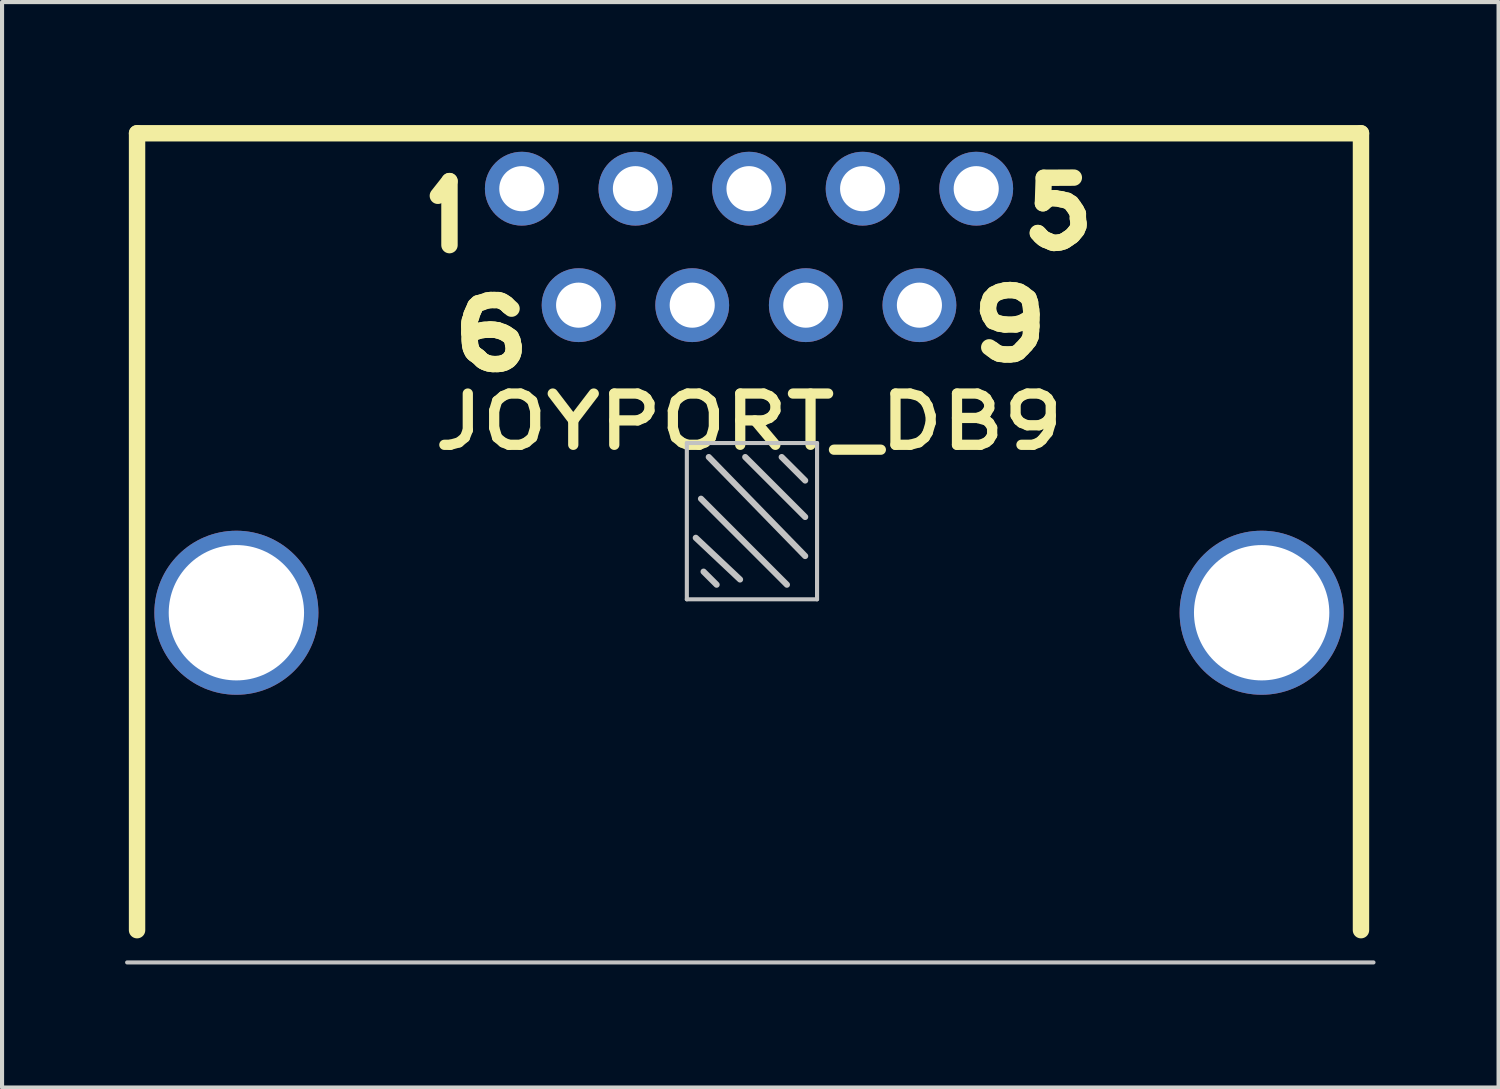
<source format=kicad_pcb>
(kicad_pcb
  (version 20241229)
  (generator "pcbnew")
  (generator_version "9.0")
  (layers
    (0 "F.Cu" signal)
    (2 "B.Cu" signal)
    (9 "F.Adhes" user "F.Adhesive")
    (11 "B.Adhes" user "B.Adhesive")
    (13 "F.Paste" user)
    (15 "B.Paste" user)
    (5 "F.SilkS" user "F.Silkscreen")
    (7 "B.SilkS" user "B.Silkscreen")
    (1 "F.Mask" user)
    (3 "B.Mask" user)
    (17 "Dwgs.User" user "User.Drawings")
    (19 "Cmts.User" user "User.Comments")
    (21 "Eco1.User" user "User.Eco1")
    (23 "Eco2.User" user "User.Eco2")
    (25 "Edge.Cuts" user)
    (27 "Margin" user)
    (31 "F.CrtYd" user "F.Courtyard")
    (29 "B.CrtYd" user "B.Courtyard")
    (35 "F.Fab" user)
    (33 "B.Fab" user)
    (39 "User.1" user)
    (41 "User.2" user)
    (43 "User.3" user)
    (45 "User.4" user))
  (footprint "JOYPORT_DB9"
    (layer "F.Cu")
    (at 15.214 4.391)
    (property "Reference" "JOYPORT_DB9" (at 0 2.84 0) (layer "F.SilkS") (effects (font (size 1.25 1.5) (thickness 0.25) (bold yes))))
    (attr through_hole)
    (fp_line (start -14.922 -4.191) (end -14.922 15.24) (stroke (width 0.4) (type solid)) (layer "F.SilkS"))
    (fp_line (start -7.587 -2.667) (end -7.304 -3.025) (stroke (width 0.4) (type solid)) (layer "F.SilkS"))
    (fp_line (start -7.304 -3.025) (end -7.304 -1.464) (stroke (width 0.4) (type solid)) (layer "F.SilkS"))
    (fp_line (start -6.819 0.5) (end -6.817 0.55) (stroke (width 0.4) (type solid)) (layer "F.SilkS"))
    (fp_line (start -6.819 0.681) (end -6.811 0.837) (stroke (width 0.4) (type solid)) (layer "F.SilkS"))
    (fp_line (start -6.817 0.431) (end -6.819 0.5) (stroke (width 0.4) (type solid)) (layer "F.SilkS"))
    (fp_line (start -6.817 0.55) (end -6.817 0.643) (stroke (width 0.4) (type solid)) (layer "F.SilkS"))
    (fp_line (start -6.817 0.643) (end -6.819 0.681) (stroke (width 0.4) (type solid)) (layer "F.SilkS"))
    (fp_line (start -6.811 0.837) (end -6.806 0.909) (stroke (width 0.4) (type solid)) (layer "F.SilkS"))
    (fp_line (start -6.806 0.367) (end -6.817 0.431) (stroke (width 0.4) (type solid)) (layer "F.SilkS"))
    (fp_line (start -6.806 0.909) (end -6.799 0.976) (stroke (width 0.4) (type solid)) (layer "F.SilkS"))
    (fp_line (start -6.799 0.976) (end -6.784 1.045) (stroke (width 0.4) (type solid)) (layer "F.SilkS"))
    (fp_line (start -6.784 1.045) (end -6.766 1.087) (stroke (width 0.4) (type solid)) (layer "F.SilkS"))
    (fp_line (start -6.775 0.282) (end -6.806 0.367) (stroke (width 0.4) (type solid)) (layer "F.SilkS"))
    (fp_line (start -6.766 0.23) (end -6.775 0.282) (stroke (width 0.4) (type solid)) (layer "F.SilkS"))
    (fp_line (start -6.766 1.087) (end -6.741 1.141) (stroke (width 0.4) (type solid)) (layer "F.SilkS"))
    (fp_line (start -6.741 1.141) (end -6.708 1.179) (stroke (width 0.4) (type solid)) (layer "F.SilkS"))
    (fp_line (start -6.732 0.154) (end -6.766 0.23) (stroke (width 0.4) (type solid)) (layer "F.SilkS"))
    (fp_line (start -6.708 1.179) (end -6.67 1.208) (stroke (width 0.4) (type solid)) (layer "F.SilkS"))
    (fp_line (start -6.701 0.087) (end -6.732 0.154) (stroke (width 0.4) (type solid)) (layer "F.SilkS"))
    (fp_line (start -6.672 0.016) (end -6.701 0.087) (stroke (width 0.4) (type solid)) (layer "F.SilkS"))
    (fp_line (start -6.67 1.208) (end -6.616 1.246) (stroke (width 0.4) (type solid)) (layer "F.SilkS"))
    (fp_line (start -6.616 1.246) (end -6.578 1.277) (stroke (width 0.4) (type solid)) (layer "F.SilkS"))
    (fp_line (start -6.607 -0.046) (end -6.672 0.016) (stroke (width 0.4) (type solid)) (layer "F.SilkS"))
    (fp_line (start -6.598 0.628) (end -6.686 0.665) (stroke (width 0.4) (type solid)) (layer "F.SilkS"))
    (fp_line (start -6.578 1.277) (end -6.531 1.326) (stroke (width 0.4) (type solid)) (layer "F.SilkS"))
    (fp_line (start -6.531 1.326) (end -6.496 1.357) (stroke (width 0.4) (type solid)) (layer "F.SilkS"))
    (fp_line (start -6.52 -0.067) (end -6.607 -0.046) (stroke (width 0.4) (type solid)) (layer "F.SilkS"))
    (fp_line (start -6.496 1.357) (end -6.456 1.38) (stroke (width 0.4) (type solid)) (layer "F.SilkS"))
    (fp_line (start -6.491 0.607) (end -6.598 0.628) (stroke (width 0.4) (type solid)) (layer "F.SilkS"))
    (fp_line (start -6.456 1.38) (end -6.411 1.4) (stroke (width 0.4) (type solid)) (layer "F.SilkS"))
    (fp_line (start -6.433 0.601) (end -6.491 0.607) (stroke (width 0.4) (type solid)) (layer "F.SilkS"))
    (fp_line (start -6.411 1.4) (end -6.339 1.424) (stroke (width 0.4) (type solid)) (layer "F.SilkS"))
    (fp_line (start -6.384 -0.114) (end -6.52 -0.067) (stroke (width 0.4) (type solid)) (layer "F.SilkS"))
    (fp_line (start -6.339 1.424) (end -6.244 1.436) (stroke (width 0.4) (type solid)) (layer "F.SilkS"))
    (fp_line (start -6.333 0.596) (end -6.433 0.601) (stroke (width 0.4) (type solid)) (layer "F.SilkS"))
    (fp_line (start -6.3 0.594) (end -6.333 0.596) (stroke (width 0.4) (type solid)) (layer "F.SilkS"))
    (fp_line (start -6.299 -0.125) (end -6.384 -0.114) (stroke (width 0.4) (type solid)) (layer "F.SilkS"))
    (fp_line (start -6.244 1.436) (end -6.136 1.436) (stroke (width 0.4) (type solid)) (layer "F.SilkS"))
    (fp_line (start -6.214 0.599) (end -6.3 0.594) (stroke (width 0.4) (type solid)) (layer "F.SilkS"))
    (fp_line (start -6.206 -0.125) (end -6.299 -0.125) (stroke (width 0.4) (type solid)) (layer "F.SilkS"))
    (fp_line (start -6.141 0.61) (end -6.214 0.599) (stroke (width 0.4) (type solid)) (layer "F.SilkS"))
    (fp_line (start -6.136 1.436) (end -6.043 1.426) (stroke (width 0.4) (type solid)) (layer "F.SilkS"))
    (fp_line (start -6.116 0.616) (end -6.141 0.61) (stroke (width 0.4) (type solid)) (layer "F.SilkS"))
    (fp_line (start -6.11 -0.123) (end -6.206 -0.125) (stroke (width 0.4) (type solid)) (layer "F.SilkS"))
    (fp_line (start -6.043 1.426) (end -5.973 1.406) (stroke (width 0.4) (type solid)) (layer "F.SilkS"))
    (fp_line (start -6.041 -0.105) (end -6.11 -0.123) (stroke (width 0.4) (type solid)) (layer "F.SilkS"))
    (fp_line (start -6.005 0.654) (end -6.116 0.616) (stroke (width 0.4) (type solid)) (layer "F.SilkS"))
    (fp_line (start -5.985 -0.075) (end -6.041 -0.105) (stroke (width 0.4) (type solid)) (layer "F.SilkS"))
    (fp_line (start -5.973 1.406) (end -5.916 1.377) (stroke (width 0.4) (type solid)) (layer "F.SilkS"))
    (fp_line (start -5.933 0.69) (end -6.005 0.654) (stroke (width 0.4) (type solid)) (layer "F.SilkS"))
    (fp_line (start -5.916 -0.029) (end -5.985 -0.075) (stroke (width 0.4) (type solid)) (layer "F.SilkS"))
    (fp_line (start -5.916 1.377) (end -5.864 1.344) (stroke (width 0.4) (type solid)) (layer "F.SilkS"))
    (fp_line (start -5.871 0.732) (end -5.933 0.69) (stroke (width 0.4) (type solid)) (layer "F.SilkS"))
    (fp_line (start -5.864 0.025) (end -5.916 -0.029) (stroke (width 0.4) (type solid)) (layer "F.SilkS"))
    (fp_line (start -5.864 1.344) (end -5.826 1.304) (stroke (width 0.4) (type solid)) (layer "F.SilkS"))
    (fp_line (start -5.826 1.304) (end -5.782 1.243) (stroke (width 0.4) (type solid)) (layer "F.SilkS"))
    (fp_line (start -5.808 0.775) (end -5.871 0.732) (stroke (width 0.4) (type solid)) (layer "F.SilkS"))
    (fp_line (start -5.791 0.085) (end -5.864 0.025) (stroke (width 0.4) (type solid)) (layer "F.SilkS"))
    (fp_line (start -5.782 1.243) (end -5.757 1.185) (stroke (width 0.4) (type solid)) (layer "F.SilkS"))
    (fp_line (start -5.768 0.864) (end -5.808 0.775) (stroke (width 0.4) (type solid)) (layer "F.SilkS"))
    (fp_line (start -5.757 1.185) (end -5.742 1.121) (stroke (width 0.4) (type solid)) (layer "F.SilkS"))
    (fp_line (start -5.755 0.94) (end -5.768 0.864) (stroke (width 0.4) (type solid)) (layer "F.SilkS"))
    (fp_line (start -5.742 1.121) (end -5.739 1.007) (stroke (width 0.4) (type solid)) (layer "F.SilkS"))
    (fp_line (start -5.739 1.007) (end -5.755 0.94) (stroke (width 0.4) (type solid)) (layer "F.SilkS"))
    (fp_line (start 5.828 0.137) (end 5.838 -0.029) (stroke (width 0.4) (type solid)) (layer "F.SilkS"))
    (fp_line (start 5.838 -0.029) (end 5.889 -0.171) (stroke (width 0.4) (type solid)) (layer "F.SilkS"))
    (fp_line (start 5.876 0.274) (end 5.828 0.137) (stroke (width 0.4) (type solid)) (layer "F.SilkS"))
    (fp_line (start 5.889 -0.171) (end 5.98 -0.267) (stroke (width 0.4) (type solid)) (layer "F.SilkS"))
    (fp_line (start 5.939 1.084) (end 5.858 1.029) (stroke (width 0.4) (type solid)) (layer "F.SilkS"))
    (fp_line (start 5.952 0.392) (end 5.876 0.274) (stroke (width 0.4) (type solid)) (layer "F.SilkS"))
    (fp_line (start 5.98 -0.267) (end 6.098 -0.325) (stroke (width 0.4) (type solid)) (layer "F.SilkS"))
    (fp_line (start 6.02 1.145) (end 5.939 1.084) (stroke (width 0.4) (type solid)) (layer "F.SilkS"))
    (fp_line (start 6.098 -0.325) (end 6.242 -0.36) (stroke (width 0.4) (type solid)) (layer "F.SilkS"))
    (fp_line (start 6.103 0.45) (end 5.952 0.392) (stroke (width 0.4) (type solid)) (layer "F.SilkS"))
    (fp_line (start 6.103 1.185) (end 6.02 1.145) (stroke (width 0.4) (type solid)) (layer "F.SilkS"))
    (fp_line (start 6.242 -0.36) (end 6.366 -0.368) (stroke (width 0.4) (type solid)) (layer "F.SilkS"))
    (fp_line (start 6.242 0.473) (end 6.103 0.45) (stroke (width 0.4) (type solid)) (layer "F.SilkS"))
    (fp_line (start 6.245 1.203) (end 6.103 1.185) (stroke (width 0.4) (type solid)) (layer "F.SilkS"))
    (fp_line (start 6.363 1.203) (end 6.245 1.203) (stroke (width 0.4) (type solid)) (layer "F.SilkS"))
    (fp_line (start 6.366 -0.368) (end 6.49 -0.358) (stroke (width 0.4) (type solid)) (layer "F.SilkS"))
    (fp_line (start 6.48 1.19) (end 6.363 1.203) (stroke (width 0.4) (type solid)) (layer "F.SilkS"))
    (fp_line (start 6.49 -0.358) (end 6.596 -0.33) (stroke (width 0.4) (type solid)) (layer "F.SilkS"))
    (fp_line (start 6.502 0.471) (end 6.242 0.473) (stroke (width 0.4) (type solid)) (layer "F.SilkS"))
    (fp_line (start 6.568 1.147) (end 6.48 1.19) (stroke (width 0.4) (type solid)) (layer "F.SilkS"))
    (fp_line (start 6.596 -0.33) (end 6.689 -0.274) (stroke (width 0.4) (type solid)) (layer "F.SilkS"))
    (fp_line (start 6.659 1.056) (end 6.568 1.147) (stroke (width 0.4) (type solid)) (layer "F.SilkS"))
    (fp_line (start 6.677 0.42) (end 6.502 0.471) (stroke (width 0.4) (type solid)) (layer "F.SilkS"))
    (fp_line (start 6.689 -0.274) (end 6.815 -0.176) (stroke (width 0.4) (type solid)) (layer "F.SilkS"))
    (fp_line (start 6.742 0.968) (end 6.659 1.056) (stroke (width 0.4) (type solid)) (layer "F.SilkS"))
    (fp_line (start 6.815 -0.176) (end 6.853 -0.067) (stroke (width 0.4) (type solid)) (layer "F.SilkS"))
    (fp_line (start 6.82 0.872) (end 6.742 0.968) (stroke (width 0.4) (type solid)) (layer "F.SilkS"))
    (fp_line (start 6.853 -0.067) (end 6.879 0.114) (stroke (width 0.4) (type solid)) (layer "F.SilkS"))
    (fp_line (start 6.853 0.309) (end 6.677 0.42) (stroke (width 0.4) (type solid)) (layer "F.SilkS"))
    (fp_line (start 6.866 0.769) (end 6.82 0.872) (stroke (width 0.4) (type solid)) (layer "F.SilkS"))
    (fp_line (start 6.876 0.632) (end 6.866 0.769) (stroke (width 0.4) (type solid)) (layer "F.SilkS"))
    (fp_line (start 6.879 0.114) (end 6.889 0.226) (stroke (width 0.4) (type solid)) (layer "F.SilkS"))
    (fp_line (start 6.884 0.342) (end 6.886 0.511) (stroke (width 0.4) (type solid)) (layer "F.SilkS"))
    (fp_line (start 6.886 0.511) (end 6.876 0.632) (stroke (width 0.4) (type solid)) (layer "F.SilkS"))
    (fp_line (start 6.889 0.226) (end 6.884 0.342) (stroke (width 0.4) (type solid)) (layer "F.SilkS"))
    (fp_line (start 7.048 -1.756) (end 7.04 -1.76) (stroke (width 0.4) (type solid)) (layer "F.SilkS"))
    (fp_line (start 7.084 -1.72) (end 7.048 -1.756) (stroke (width 0.4) (type solid)) (layer "F.SilkS"))
    (fp_line (start 7.108 -1.688) (end 7.084 -1.72) (stroke (width 0.4) (type solid)) (layer "F.SilkS"))
    (fp_line (start 7.14 -1.661) (end 7.108 -1.688) (stroke (width 0.4) (type solid)) (layer "F.SilkS"))
    (fp_line (start 7.167 -2.485) (end 7.315 -2.604) (stroke (width 0.4) (type solid)) (layer "F.SilkS"))
    (fp_line (start 7.179 -1.625) (end 7.14 -1.661) (stroke (width 0.4) (type solid)) (layer "F.SilkS"))
    (fp_line (start 7.187 -3.106) (end 7.167 -2.485) (stroke (width 0.4) (type solid)) (layer "F.SilkS"))
    (fp_line (start 7.239 -1.589) (end 7.179 -1.625) (stroke (width 0.4) (type solid)) (layer "F.SilkS"))
    (fp_line (start 7.299 -1.569) (end 7.239 -1.589) (stroke (width 0.4) (type solid)) (layer "F.SilkS"))
    (fp_line (start 7.315 -2.604) (end 7.466 -2.608) (stroke (width 0.4) (type solid)) (layer "F.SilkS"))
    (fp_line (start 7.374 -1.533) (end 7.299 -1.569) (stroke (width 0.4) (type solid)) (layer "F.SilkS"))
    (fp_line (start 7.434 -1.517) (end 7.374 -1.533) (stroke (width 0.4) (type solid)) (layer "F.SilkS"))
    (fp_line (start 7.466 -2.608) (end 7.625 -2.58) (stroke (width 0.4) (type solid)) (layer "F.SilkS"))
    (fp_line (start 7.498 -1.521) (end 7.434 -1.517) (stroke (width 0.4) (type solid)) (layer "F.SilkS"))
    (fp_line (start 7.577 -1.529) (end 7.498 -1.521) (stroke (width 0.4) (type solid)) (layer "F.SilkS"))
    (fp_line (start 7.625 -2.58) (end 7.757 -2.548) (stroke (width 0.4) (type solid)) (layer "F.SilkS"))
    (fp_line (start 7.661 -1.553) (end 7.577 -1.529) (stroke (width 0.4) (type solid)) (layer "F.SilkS"))
    (fp_line (start 7.709 -1.577) (end 7.661 -1.553) (stroke (width 0.4) (type solid)) (layer "F.SilkS"))
    (fp_line (start 7.757 -2.548) (end 7.856 -2.485) (stroke (width 0.4) (type solid)) (layer "F.SilkS"))
    (fp_line (start 7.78 -1.625) (end 7.709 -1.577) (stroke (width 0.4) (type solid)) (layer "F.SilkS"))
    (fp_line (start 7.856 -2.485) (end 7.912 -2.409) (stroke (width 0.4) (type solid)) (layer "F.SilkS"))
    (fp_line (start 7.86 -1.68) (end 7.78 -1.625) (stroke (width 0.4) (type solid)) (layer "F.SilkS"))
    (fp_line (start 7.892 -1.708) (end 7.86 -1.68) (stroke (width 0.4) (type solid)) (layer "F.SilkS"))
    (fp_line (start 7.912 -2.409) (end 7.972 -2.321) (stroke (width 0.4) (type solid)) (layer "F.SilkS"))
    (fp_line (start 7.92 -3.11) (end 7.187 -3.106) (stroke (width 0.4) (type solid)) (layer "F.SilkS"))
    (fp_line (start 7.944 -1.772) (end 7.892 -1.708) (stroke (width 0.4) (type solid)) (layer "F.SilkS"))
    (fp_line (start 7.972 -2.321) (end 8.019 -2.23) (stroke (width 0.4) (type solid)) (layer "F.SilkS"))
    (fp_line (start 7.991 -1.828) (end 7.944 -1.772) (stroke (width 0.4) (type solid)) (layer "F.SilkS"))
    (fp_line (start 8.019 -2.23) (end 8.019 -2.118) (stroke (width 0.4) (type solid)) (layer "F.SilkS"))
    (fp_line (start 8.019 -2.118) (end 8.035 -1.995) (stroke (width 0.4) (type solid)) (layer "F.SilkS"))
    (fp_line (start 8.031 -1.923) (end 7.991 -1.828) (stroke (width 0.4) (type solid)) (layer "F.SilkS"))
    (fp_line (start 8.035 -1.995) (end 8.031 -1.923) (stroke (width 0.4) (type solid)) (layer "F.SilkS"))
    (fp_line (start 14.922 -4.191) (end -14.922 -4.191) (stroke (width 0.4) (type solid)) (layer "F.SilkS"))
    (fp_line (start 14.922 15.24) (end 14.922 -4.191) (stroke (width 0.4) (type solid)) (layer "F.SilkS"))
    (fp_line (start -1.516 3.362) (end 1.659 3.362) (stroke (width 0.1) (type solid)) (layer "Dwgs.User"))
    (fp_line (start -1.516 7.172) (end -1.516 3.362) (stroke (width 0.1) (type solid)) (layer "Dwgs.User"))
    (fp_line (start -1.298 5.673) (end -0.219 6.689) (stroke (width 0.15) (type solid)) (layer "Dwgs.User"))
    (fp_line (start -1.171 4.72) (end 0.924 6.816) (stroke (width 0.15) (type solid)) (layer "Dwgs.User"))
    (fp_line (start -1.108 6.498) (end -0.79 6.816) (stroke (width 0.15) (type solid)) (layer "Dwgs.User"))
    (fp_line (start -0.981 3.704) (end 1.369 6.117) (stroke (width 0.15) (type solid)) (layer "Dwgs.User"))
    (fp_line (start -0.092 3.704) (end 1.369 5.165) (stroke (width 0.15) (type solid)) (layer "Dwgs.User"))
    (fp_line (start 0.797 3.704) (end 1.369 4.276) (stroke (width 0.15) (type solid)) (layer "Dwgs.User"))
    (fp_line (start 1.659 3.362) (end 1.659 7.172) (stroke (width 0.1) (type solid)) (layer "Dwgs.User"))
    (fp_line (start 1.659 7.172) (end -1.516 7.172) (stroke (width 0.1) (type solid)) (layer "Dwgs.User"))
    (fp_line (start 15.227 16.027) (end -15.164 16.027) (stroke (width 0.1) (type solid)) (layer "Dwgs.User"))
    (pad "" thru_hole circle (at -12.5 7.5) (size 4 4) (drill 3.3) (layers "*.Cu" "*.Mask"))
    (pad "" thru_hole circle (at 12.5 7.5) (size 4 4) (drill 3.3) (layers "*.Cu" "*.Mask"))
    (pad "1" thru_hole circle (at -5.54 -2.84) (size 1.8 1.8) (drill 1.1) (layers "*.Cu" "*.Mask"))
    (pad "2" thru_hole circle (at -2.77 -2.84) (size 1.8 1.8) (drill 1.1) (layers "*.Cu" "*.Mask"))
    (pad "3" thru_hole circle (at 0 -2.84) (size 1.8 1.8) (drill 1.1) (layers "*.Cu" "*.Mask"))
    (pad "4" thru_hole circle (at 2.77 -2.84) (size 1.8 1.8) (drill 1.1) (layers "*.Cu" "*.Mask"))
    (pad "5" thru_hole circle (at 5.54 -2.84) (size 1.8 1.8) (drill 1.1) (layers "*.Cu" "*.Mask"))
    (pad "6" thru_hole circle (at -4.155 0) (size 1.8 1.8) (drill 1.1) (layers "*.Cu" "*.Mask"))
    (pad "7" thru_hole circle (at -1.385 0) (size 1.8 1.8) (drill 1.1) (layers "*.Cu" "*.Mask"))
    (pad "8" thru_hole circle (at 1.385 0) (size 1.8 1.8) (drill 1.1) (layers "*.Cu" "*.Mask"))
    (pad "9" thru_hole circle (at 4.155 0) (size 1.8 1.8) (drill 1.1) (layers "*.Cu" "*.Mask")))
  (gr_rect
    (start -3 -3)
    (end 33.491 23.468)
    (stroke (width 0.1) (type default))
    (fill no)
    (layer "Edge.Cuts")))
</source>
